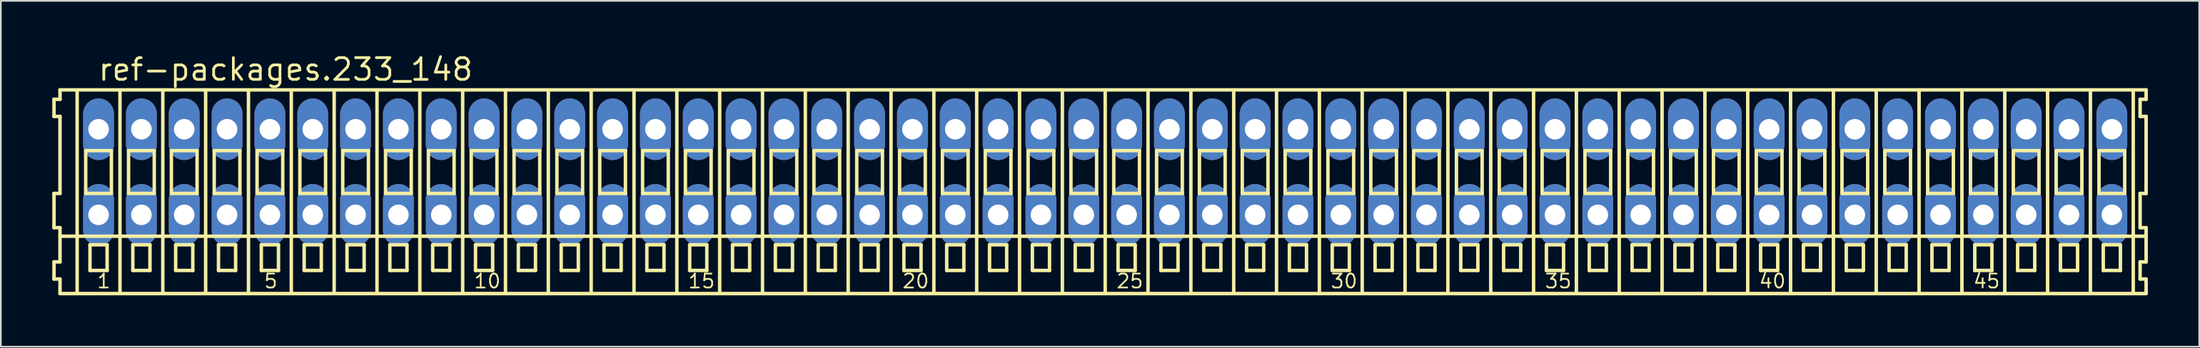
<source format=kicad_pcb>
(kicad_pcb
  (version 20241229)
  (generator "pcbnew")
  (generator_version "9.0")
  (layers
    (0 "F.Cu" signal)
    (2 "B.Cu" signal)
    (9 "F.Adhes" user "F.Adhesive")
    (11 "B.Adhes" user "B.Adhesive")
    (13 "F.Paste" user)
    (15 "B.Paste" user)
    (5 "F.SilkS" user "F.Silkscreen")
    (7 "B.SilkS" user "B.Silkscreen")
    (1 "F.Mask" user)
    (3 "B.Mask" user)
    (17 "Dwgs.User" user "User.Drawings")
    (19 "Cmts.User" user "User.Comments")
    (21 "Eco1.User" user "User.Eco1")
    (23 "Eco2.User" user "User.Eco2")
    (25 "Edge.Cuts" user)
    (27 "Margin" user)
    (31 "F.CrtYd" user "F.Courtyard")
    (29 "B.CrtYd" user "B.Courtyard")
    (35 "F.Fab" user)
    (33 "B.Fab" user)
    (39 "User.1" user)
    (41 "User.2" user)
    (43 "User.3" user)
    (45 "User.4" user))
  (footprint "ref-packages.233_148"
    (layer "F.Cu")
    (at 61.452 7)
    (property "Reference" "ref-packages.233_148" (at -58.85 -5.25 0) (layer "F.SilkS") (effects (font (size 1.27 1.27) (thickness 0.16)) (justify left bottom)))
    (attr through_hole)
    (fp_line (start -61.35 -4.25) (end -61.35 -3.25) (stroke (width 0.203) (type default)) (layer "F.SilkS"))
    (fp_line (start -61.35 -3.25) (end -61 -3.25) (stroke (width 0.203) (type default)) (layer "F.SilkS"))
    (fp_line (start -61.35 1.25) (end -61.35 3.25) (stroke (width 0.203) (type default)) (layer "F.SilkS"))
    (fp_line (start -61.35 3.25) (end -61 3.25) (stroke (width 0.203) (type default)) (layer "F.SilkS"))
    (fp_line (start -61.35 5.25) (end -61.35 6.25) (stroke (width 0.203) (type default)) (layer "F.SilkS"))
    (fp_line (start -61.35 6.25) (end -61 6.25) (stroke (width 0.203) (type default)) (layer "F.SilkS"))
    (fp_line (start -61 -4.8) (end -61 -4.25) (stroke (width 0.203) (type default)) (layer "F.SilkS"))
    (fp_line (start -61 -4.25) (end -61.35 -4.25) (stroke (width 0.203) (type default)) (layer "F.SilkS"))
    (fp_line (start -61 -3.25) (end -61 1.25) (stroke (width 0.203) (type default)) (layer "F.SilkS"))
    (fp_line (start -61 1.25) (end -61.35 1.25) (stroke (width 0.203) (type default)) (layer "F.SilkS"))
    (fp_line (start -61 3.25) (end -61 5.25) (stroke (width 0.203) (type default)) (layer "F.SilkS"))
    (fp_line (start -61 3.75) (end 60.75 3.75) (stroke (width 0.203) (type default)) (layer "F.SilkS"))
    (fp_line (start -61 5.25) (end -61.35 5.25) (stroke (width 0.203) (type default)) (layer "F.SilkS"))
    (fp_line (start -61 6.25) (end -61 7.1) (stroke (width 0.203) (type default)) (layer "F.SilkS"))
    (fp_line (start -61 7.1) (end 60.75 7.1) (stroke (width 0.203) (type default)) (layer "F.SilkS"))
    (fp_line (start -60 -4.75) (end -60 7) (stroke (width 0.203) (type default)) (layer "F.SilkS"))
    (fp_line (start -59.5 -1.25) (end -59.5 1.25) (stroke (width 0.203) (type default)) (layer "F.SilkS"))
    (fp_line (start -59.5 1.25) (end -58 1.25) (stroke (width 0.203) (type default)) (layer "F.SilkS"))
    (fp_line (start -59.25 4.25) (end -59.25 5.75) (stroke (width 0.203) (type default)) (layer "F.SilkS"))
    (fp_line (start -59.25 5.75) (end -58.25 5.75) (stroke (width 0.203) (type default)) (layer "F.SilkS"))
    (fp_line (start -58.25 4.25) (end -59.25 4.25) (stroke (width 0.203) (type default)) (layer "F.SilkS"))
    (fp_line (start -58.25 5.75) (end -58.25 4.25) (stroke (width 0.203) (type default)) (layer "F.SilkS"))
    (fp_line (start -58 -1.25) (end -59.5 -1.25) (stroke (width 0.203) (type default)) (layer "F.SilkS"))
    (fp_line (start -58 1.25) (end -58 -1.25) (stroke (width 0.203) (type default)) (layer "F.SilkS"))
    (fp_line (start -57.5 -4.75) (end -57.5 7) (stroke (width 0.203) (type default)) (layer "F.SilkS"))
    (fp_line (start -57 -1.25) (end -57 1.25) (stroke (width 0.203) (type default)) (layer "F.SilkS"))
    (fp_line (start -57 1.25) (end -55.5 1.25) (stroke (width 0.203) (type default)) (layer "F.SilkS"))
    (fp_line (start -56.75 4.25) (end -56.75 5.75) (stroke (width 0.203) (type default)) (layer "F.SilkS"))
    (fp_line (start -56.75 5.75) (end -55.75 5.75) (stroke (width 0.203) (type default)) (layer "F.SilkS"))
    (fp_line (start -55.75 4.25) (end -56.75 4.25) (stroke (width 0.203) (type default)) (layer "F.SilkS"))
    (fp_line (start -55.75 5.75) (end -55.75 4.25) (stroke (width 0.203) (type default)) (layer "F.SilkS"))
    (fp_line (start -55.5 -1.25) (end -57 -1.25) (stroke (width 0.203) (type default)) (layer "F.SilkS"))
    (fp_line (start -55.5 1.25) (end -55.5 -1.25) (stroke (width 0.203) (type default)) (layer "F.SilkS"))
    (fp_line (start -55 -4.75) (end -55 7) (stroke (width 0.203) (type default)) (layer "F.SilkS"))
    (fp_line (start -54.5 -1.25) (end -54.5 1.25) (stroke (width 0.203) (type default)) (layer "F.SilkS"))
    (fp_line (start -54.5 1.25) (end -53 1.25) (stroke (width 0.203) (type default)) (layer "F.SilkS"))
    (fp_line (start -54.25 4.25) (end -54.25 5.75) (stroke (width 0.203) (type default)) (layer "F.SilkS"))
    (fp_line (start -54.25 5.75) (end -53.25 5.75) (stroke (width 0.203) (type default)) (layer "F.SilkS"))
    (fp_line (start -53.25 4.25) (end -54.25 4.25) (stroke (width 0.203) (type default)) (layer "F.SilkS"))
    (fp_line (start -53.25 5.75) (end -53.25 4.25) (stroke (width 0.203) (type default)) (layer "F.SilkS"))
    (fp_line (start -53 -1.25) (end -54.5 -1.25) (stroke (width 0.203) (type default)) (layer "F.SilkS"))
    (fp_line (start -53 1.25) (end -53 -1.25) (stroke (width 0.203) (type default)) (layer "F.SilkS"))
    (fp_line (start -52.5 -4.75) (end -52.5 7) (stroke (width 0.203) (type default)) (layer "F.SilkS"))
    (fp_line (start -52 -1.25) (end -52 1.25) (stroke (width 0.203) (type default)) (layer "F.SilkS"))
    (fp_line (start -52 1.25) (end -50.5 1.25) (stroke (width 0.203) (type default)) (layer "F.SilkS"))
    (fp_line (start -51.75 4.25) (end -51.75 5.75) (stroke (width 0.203) (type default)) (layer "F.SilkS"))
    (fp_line (start -51.75 5.75) (end -50.75 5.75) (stroke (width 0.203) (type default)) (layer "F.SilkS"))
    (fp_line (start -50.75 4.25) (end -51.75 4.25) (stroke (width 0.203) (type default)) (layer "F.SilkS"))
    (fp_line (start -50.75 5.75) (end -50.75 4.25) (stroke (width 0.203) (type default)) (layer "F.SilkS"))
    (fp_line (start -50.5 -1.25) (end -52 -1.25) (stroke (width 0.203) (type default)) (layer "F.SilkS"))
    (fp_line (start -50.5 1.25) (end -50.5 -1.25) (stroke (width 0.203) (type default)) (layer "F.SilkS"))
    (fp_line (start -50 -4.75) (end -50 7) (stroke (width 0.203) (type default)) (layer "F.SilkS"))
    (fp_line (start -49.5 -1.25) (end -49.5 1.25) (stroke (width 0.203) (type default)) (layer "F.SilkS"))
    (fp_line (start -49.5 1.25) (end -48 1.25) (stroke (width 0.203) (type default)) (layer "F.SilkS"))
    (fp_line (start -49.25 4.25) (end -49.25 5.75) (stroke (width 0.203) (type default)) (layer "F.SilkS"))
    (fp_line (start -49.25 5.75) (end -48.25 5.75) (stroke (width 0.203) (type default)) (layer "F.SilkS"))
    (fp_line (start -48.25 4.25) (end -49.25 4.25) (stroke (width 0.203) (type default)) (layer "F.SilkS"))
    (fp_line (start -48.25 5.75) (end -48.25 4.25) (stroke (width 0.203) (type default)) (layer "F.SilkS"))
    (fp_line (start -48 -1.25) (end -49.5 -1.25) (stroke (width 0.203) (type default)) (layer "F.SilkS"))
    (fp_line (start -48 1.25) (end -48 -1.25) (stroke (width 0.203) (type default)) (layer "F.SilkS"))
    (fp_line (start -47.5 -4.75) (end -47.5 7) (stroke (width 0.203) (type default)) (layer "F.SilkS"))
    (fp_line (start -47 -1.25) (end -47 1.25) (stroke (width 0.203) (type default)) (layer "F.SilkS"))
    (fp_line (start -47 1.25) (end -45.5 1.25) (stroke (width 0.203) (type default)) (layer "F.SilkS"))
    (fp_line (start -46.75 4.25) (end -46.75 5.75) (stroke (width 0.203) (type default)) (layer "F.SilkS"))
    (fp_line (start -46.75 5.75) (end -45.75 5.75) (stroke (width 0.203) (type default)) (layer "F.SilkS"))
    (fp_line (start -45.75 4.25) (end -46.75 4.25) (stroke (width 0.203) (type default)) (layer "F.SilkS"))
    (fp_line (start -45.75 5.75) (end -45.75 4.25) (stroke (width 0.203) (type default)) (layer "F.SilkS"))
    (fp_line (start -45.5 -1.25) (end -47 -1.25) (stroke (width 0.203) (type default)) (layer "F.SilkS"))
    (fp_line (start -45.5 1.25) (end -45.5 -1.25) (stroke (width 0.203) (type default)) (layer "F.SilkS"))
    (fp_line (start -45 -4.75) (end -45 7) (stroke (width 0.203) (type default)) (layer "F.SilkS"))
    (fp_line (start -44.5 -1.25) (end -44.5 1.25) (stroke (width 0.203) (type default)) (layer "F.SilkS"))
    (fp_line (start -44.5 1.25) (end -43 1.25) (stroke (width 0.203) (type default)) (layer "F.SilkS"))
    (fp_line (start -44.25 4.25) (end -44.25 5.75) (stroke (width 0.203) (type default)) (layer "F.SilkS"))
    (fp_line (start -44.25 5.75) (end -43.25 5.75) (stroke (width 0.203) (type default)) (layer "F.SilkS"))
    (fp_line (start -43.25 4.25) (end -44.25 4.25) (stroke (width 0.203) (type default)) (layer "F.SilkS"))
    (fp_line (start -43.25 5.75) (end -43.25 4.25) (stroke (width 0.203) (type default)) (layer "F.SilkS"))
    (fp_line (start -43 -1.25) (end -44.5 -1.25) (stroke (width 0.203) (type default)) (layer "F.SilkS"))
    (fp_line (start -43 1.25) (end -43 -1.25) (stroke (width 0.203) (type default)) (layer "F.SilkS"))
    (fp_line (start -42.5 -4.75) (end -42.5 7) (stroke (width 0.203) (type default)) (layer "F.SilkS"))
    (fp_line (start -42 -1.25) (end -42 1.25) (stroke (width 0.203) (type default)) (layer "F.SilkS"))
    (fp_line (start -42 1.25) (end -40.5 1.25) (stroke (width 0.203) (type default)) (layer "F.SilkS"))
    (fp_line (start -41.75 4.25) (end -41.75 5.75) (stroke (width 0.203) (type default)) (layer "F.SilkS"))
    (fp_line (start -41.75 5.75) (end -40.75 5.75) (stroke (width 0.203) (type default)) (layer "F.SilkS"))
    (fp_line (start -40.75 4.25) (end -41.75 4.25) (stroke (width 0.203) (type default)) (layer "F.SilkS"))
    (fp_line (start -40.75 5.75) (end -40.75 4.25) (stroke (width 0.203) (type default)) (layer "F.SilkS"))
    (fp_line (start -40.5 -1.25) (end -42 -1.25) (stroke (width 0.203) (type default)) (layer "F.SilkS"))
    (fp_line (start -40.5 1.25) (end -40.5 -1.25) (stroke (width 0.203) (type default)) (layer "F.SilkS"))
    (fp_line (start -40 -4.75) (end -40 7) (stroke (width 0.203) (type default)) (layer "F.SilkS"))
    (fp_line (start -39.5 -1.25) (end -39.5 1.25) (stroke (width 0.203) (type default)) (layer "F.SilkS"))
    (fp_line (start -39.5 1.25) (end -38 1.25) (stroke (width 0.203) (type default)) (layer "F.SilkS"))
    (fp_line (start -39.25 4.25) (end -39.25 5.75) (stroke (width 0.203) (type default)) (layer "F.SilkS"))
    (fp_line (start -39.25 5.75) (end -38.25 5.75) (stroke (width 0.203) (type default)) (layer "F.SilkS"))
    (fp_line (start -38.25 4.25) (end -39.25 4.25) (stroke (width 0.203) (type default)) (layer "F.SilkS"))
    (fp_line (start -38.25 5.75) (end -38.25 4.25) (stroke (width 0.203) (type default)) (layer "F.SilkS"))
    (fp_line (start -38 -1.25) (end -39.5 -1.25) (stroke (width 0.203) (type default)) (layer "F.SilkS"))
    (fp_line (start -38 1.25) (end -38 -1.25) (stroke (width 0.203) (type default)) (layer "F.SilkS"))
    (fp_line (start -37.5 -4.75) (end -37.5 7) (stroke (width 0.203) (type default)) (layer "F.SilkS"))
    (fp_line (start -37 -1.25) (end -37 1.25) (stroke (width 0.203) (type default)) (layer "F.SilkS"))
    (fp_line (start -37 1.25) (end -35.5 1.25) (stroke (width 0.203) (type default)) (layer "F.SilkS"))
    (fp_line (start -36.75 4.25) (end -36.75 5.75) (stroke (width 0.203) (type default)) (layer "F.SilkS"))
    (fp_line (start -36.75 5.75) (end -35.75 5.75) (stroke (width 0.203) (type default)) (layer "F.SilkS"))
    (fp_line (start -35.75 4.25) (end -36.75 4.25) (stroke (width 0.203) (type default)) (layer "F.SilkS"))
    (fp_line (start -35.75 5.75) (end -35.75 4.25) (stroke (width 0.203) (type default)) (layer "F.SilkS"))
    (fp_line (start -35.5 -1.25) (end -37 -1.25) (stroke (width 0.203) (type default)) (layer "F.SilkS"))
    (fp_line (start -35.5 1.25) (end -35.5 -1.25) (stroke (width 0.203) (type default)) (layer "F.SilkS"))
    (fp_line (start -35 -4.75) (end -35 7) (stroke (width 0.203) (type default)) (layer "F.SilkS"))
    (fp_line (start -34.5 -1.25) (end -34.5 1.25) (stroke (width 0.203) (type default)) (layer "F.SilkS"))
    (fp_line (start -34.5 1.25) (end -33 1.25) (stroke (width 0.203) (type default)) (layer "F.SilkS"))
    (fp_line (start -34.25 4.25) (end -34.25 5.75) (stroke (width 0.203) (type default)) (layer "F.SilkS"))
    (fp_line (start -34.25 5.75) (end -33.25 5.75) (stroke (width 0.203) (type default)) (layer "F.SilkS"))
    (fp_line (start -33.25 4.25) (end -34.25 4.25) (stroke (width 0.203) (type default)) (layer "F.SilkS"))
    (fp_line (start -33.25 5.75) (end -33.25 4.25) (stroke (width 0.203) (type default)) (layer "F.SilkS"))
    (fp_line (start -33 -1.25) (end -34.5 -1.25) (stroke (width 0.203) (type default)) (layer "F.SilkS"))
    (fp_line (start -33 1.25) (end -33 -1.25) (stroke (width 0.203) (type default)) (layer "F.SilkS"))
    (fp_line (start -32.5 -4.75) (end -32.5 7) (stroke (width 0.203) (type default)) (layer "F.SilkS"))
    (fp_line (start -32 -1.25) (end -32 1.25) (stroke (width 0.203) (type default)) (layer "F.SilkS"))
    (fp_line (start -32 1.25) (end -30.5 1.25) (stroke (width 0.203) (type default)) (layer "F.SilkS"))
    (fp_line (start -31.75 4.25) (end -31.75 5.75) (stroke (width 0.203) (type default)) (layer "F.SilkS"))
    (fp_line (start -31.75 5.75) (end -30.75 5.75) (stroke (width 0.203) (type default)) (layer "F.SilkS"))
    (fp_line (start -30.75 4.25) (end -31.75 4.25) (stroke (width 0.203) (type default)) (layer "F.SilkS"))
    (fp_line (start -30.75 5.75) (end -30.75 4.25) (stroke (width 0.203) (type default)) (layer "F.SilkS"))
    (fp_line (start -30.5 -1.25) (end -32 -1.25) (stroke (width 0.203) (type default)) (layer "F.SilkS"))
    (fp_line (start -30.5 1.25) (end -30.5 -1.25) (stroke (width 0.203) (type default)) (layer "F.SilkS"))
    (fp_line (start -30 -4.75) (end -30 7) (stroke (width 0.203) (type default)) (layer "F.SilkS"))
    (fp_line (start -29.5 -1.25) (end -29.5 1.25) (stroke (width 0.203) (type default)) (layer "F.SilkS"))
    (fp_line (start -29.5 1.25) (end -28 1.25) (stroke (width 0.203) (type default)) (layer "F.SilkS"))
    (fp_line (start -29.25 4.25) (end -29.25 5.75) (stroke (width 0.203) (type default)) (layer "F.SilkS"))
    (fp_line (start -29.25 5.75) (end -28.25 5.75) (stroke (width 0.203) (type default)) (layer "F.SilkS"))
    (fp_line (start -28.25 4.25) (end -29.25 4.25) (stroke (width 0.203) (type default)) (layer "F.SilkS"))
    (fp_line (start -28.25 5.75) (end -28.25 4.25) (stroke (width 0.203) (type default)) (layer "F.SilkS"))
    (fp_line (start -28 -1.25) (end -29.5 -1.25) (stroke (width 0.203) (type default)) (layer "F.SilkS"))
    (fp_line (start -28 1.25) (end -28 -1.25) (stroke (width 0.203) (type default)) (layer "F.SilkS"))
    (fp_line (start -27.5 -4.75) (end -27.5 7) (stroke (width 0.203) (type default)) (layer "F.SilkS"))
    (fp_line (start -27 -1.25) (end -27 1.25) (stroke (width 0.203) (type default)) (layer "F.SilkS"))
    (fp_line (start -27 1.25) (end -25.5 1.25) (stroke (width 0.203) (type default)) (layer "F.SilkS"))
    (fp_line (start -26.75 4.25) (end -26.75 5.75) (stroke (width 0.203) (type default)) (layer "F.SilkS"))
    (fp_line (start -26.75 5.75) (end -25.75 5.75) (stroke (width 0.203) (type default)) (layer "F.SilkS"))
    (fp_line (start -25.75 4.25) (end -26.75 4.25) (stroke (width 0.203) (type default)) (layer "F.SilkS"))
    (fp_line (start -25.75 5.75) (end -25.75 4.25) (stroke (width 0.203) (type default)) (layer "F.SilkS"))
    (fp_line (start -25.5 -1.25) (end -27 -1.25) (stroke (width 0.203) (type default)) (layer "F.SilkS"))
    (fp_line (start -25.5 1.25) (end -25.5 -1.25) (stroke (width 0.203) (type default)) (layer "F.SilkS"))
    (fp_line (start -25 -4.75) (end -25 7) (stroke (width 0.203) (type default)) (layer "F.SilkS"))
    (fp_line (start -24.5 -1.25) (end -24.5 1.25) (stroke (width 0.203) (type default)) (layer "F.SilkS"))
    (fp_line (start -24.5 1.25) (end -23 1.25) (stroke (width 0.203) (type default)) (layer "F.SilkS"))
    (fp_line (start -24.25 4.25) (end -24.25 5.75) (stroke (width 0.203) (type default)) (layer "F.SilkS"))
    (fp_line (start -24.25 5.75) (end -23.25 5.75) (stroke (width 0.203) (type default)) (layer "F.SilkS"))
    (fp_line (start -23.25 4.25) (end -24.25 4.25) (stroke (width 0.203) (type default)) (layer "F.SilkS"))
    (fp_line (start -23.25 5.75) (end -23.25 4.25) (stroke (width 0.203) (type default)) (layer "F.SilkS"))
    (fp_line (start -23 -1.25) (end -24.5 -1.25) (stroke (width 0.203) (type default)) (layer "F.SilkS"))
    (fp_line (start -23 1.25) (end -23 -1.25) (stroke (width 0.203) (type default)) (layer "F.SilkS"))
    (fp_line (start -22.5 -4.75) (end -22.5 7) (stroke (width 0.203) (type default)) (layer "F.SilkS"))
    (fp_line (start -22 -1.25) (end -22 1.25) (stroke (width 0.203) (type default)) (layer "F.SilkS"))
    (fp_line (start -22 1.25) (end -20.5 1.25) (stroke (width 0.203) (type default)) (layer "F.SilkS"))
    (fp_line (start -21.75 4.25) (end -21.75 5.75) (stroke (width 0.203) (type default)) (layer "F.SilkS"))
    (fp_line (start -21.75 5.75) (end -20.75 5.75) (stroke (width 0.203) (type default)) (layer "F.SilkS"))
    (fp_line (start -20.75 4.25) (end -21.75 4.25) (stroke (width 0.203) (type default)) (layer "F.SilkS"))
    (fp_line (start -20.75 5.75) (end -20.75 4.25) (stroke (width 0.203) (type default)) (layer "F.SilkS"))
    (fp_line (start -20.5 -1.25) (end -22 -1.25) (stroke (width 0.203) (type default)) (layer "F.SilkS"))
    (fp_line (start -20.5 1.25) (end -20.5 -1.25) (stroke (width 0.203) (type default)) (layer "F.SilkS"))
    (fp_line (start -20 -4.75) (end -20 7) (stroke (width 0.203) (type default)) (layer "F.SilkS"))
    (fp_line (start -19.5 -1.25) (end -19.5 1.25) (stroke (width 0.203) (type default)) (layer "F.SilkS"))
    (fp_line (start -19.5 1.25) (end -18 1.25) (stroke (width 0.203) (type default)) (layer "F.SilkS"))
    (fp_line (start -19.25 4.25) (end -19.25 5.75) (stroke (width 0.203) (type default)) (layer "F.SilkS"))
    (fp_line (start -19.25 5.75) (end -18.25 5.75) (stroke (width 0.203) (type default)) (layer "F.SilkS"))
    (fp_line (start -18.25 4.25) (end -19.25 4.25) (stroke (width 0.203) (type default)) (layer "F.SilkS"))
    (fp_line (start -18.25 5.75) (end -18.25 4.25) (stroke (width 0.203) (type default)) (layer "F.SilkS"))
    (fp_line (start -18 -1.25) (end -19.5 -1.25) (stroke (width 0.203) (type default)) (layer "F.SilkS"))
    (fp_line (start -18 1.25) (end -18 -1.25) (stroke (width 0.203) (type default)) (layer "F.SilkS"))
    (fp_line (start -17.5 -4.75) (end -17.5 7) (stroke (width 0.203) (type default)) (layer "F.SilkS"))
    (fp_line (start -17 -1.25) (end -17 1.25) (stroke (width 0.203) (type default)) (layer "F.SilkS"))
    (fp_line (start -17 1.25) (end -15.5 1.25) (stroke (width 0.203) (type default)) (layer "F.SilkS"))
    (fp_line (start -16.75 4.25) (end -16.75 5.75) (stroke (width 0.203) (type default)) (layer "F.SilkS"))
    (fp_line (start -16.75 5.75) (end -15.75 5.75) (stroke (width 0.203) (type default)) (layer "F.SilkS"))
    (fp_line (start -15.75 4.25) (end -16.75 4.25) (stroke (width 0.203) (type default)) (layer "F.SilkS"))
    (fp_line (start -15.75 5.75) (end -15.75 4.25) (stroke (width 0.203) (type default)) (layer "F.SilkS"))
    (fp_line (start -15.5 -1.25) (end -17 -1.25) (stroke (width 0.203) (type default)) (layer "F.SilkS"))
    (fp_line (start -15.5 1.25) (end -15.5 -1.25) (stroke (width 0.203) (type default)) (layer "F.SilkS"))
    (fp_line (start -15 -4.75) (end -15 7) (stroke (width 0.203) (type default)) (layer "F.SilkS"))
    (fp_line (start -14.5 -1.25) (end -14.5 1.25) (stroke (width 0.203) (type default)) (layer "F.SilkS"))
    (fp_line (start -14.5 1.25) (end -13 1.25) (stroke (width 0.203) (type default)) (layer "F.SilkS"))
    (fp_line (start -14.25 4.25) (end -14.25 5.75) (stroke (width 0.203) (type default)) (layer "F.SilkS"))
    (fp_line (start -14.25 5.75) (end -13.25 5.75) (stroke (width 0.203) (type default)) (layer "F.SilkS"))
    (fp_line (start -13.25 4.25) (end -14.25 4.25) (stroke (width 0.203) (type default)) (layer "F.SilkS"))
    (fp_line (start -13.25 5.75) (end -13.25 4.25) (stroke (width 0.203) (type default)) (layer "F.SilkS"))
    (fp_line (start -13 -1.25) (end -14.5 -1.25) (stroke (width 0.203) (type default)) (layer "F.SilkS"))
    (fp_line (start -13 1.25) (end -13 -1.25) (stroke (width 0.203) (type default)) (layer "F.SilkS"))
    (fp_line (start -12.5 -4.75) (end -12.5 7) (stroke (width 0.203) (type default)) (layer "F.SilkS"))
    (fp_line (start -12 -1.25) (end -12 1.25) (stroke (width 0.203) (type default)) (layer "F.SilkS"))
    (fp_line (start -12 1.25) (end -10.5 1.25) (stroke (width 0.203) (type default)) (layer "F.SilkS"))
    (fp_line (start -11.75 4.25) (end -11.75 5.75) (stroke (width 0.203) (type default)) (layer "F.SilkS"))
    (fp_line (start -11.75 5.75) (end -10.75 5.75) (stroke (width 0.203) (type default)) (layer "F.SilkS"))
    (fp_line (start -10.75 4.25) (end -11.75 4.25) (stroke (width 0.203) (type default)) (layer "F.SilkS"))
    (fp_line (start -10.75 5.75) (end -10.75 4.25) (stroke (width 0.203) (type default)) (layer "F.SilkS"))
    (fp_line (start -10.5 -1.25) (end -12 -1.25) (stroke (width 0.203) (type default)) (layer "F.SilkS"))
    (fp_line (start -10.5 1.25) (end -10.5 -1.25) (stroke (width 0.203) (type default)) (layer "F.SilkS"))
    (fp_line (start -10 -4.75) (end -10 7) (stroke (width 0.203) (type default)) (layer "F.SilkS"))
    (fp_line (start -9.5 -1.25) (end -9.5 1.25) (stroke (width 0.203) (type default)) (layer "F.SilkS"))
    (fp_line (start -9.5 1.25) (end -8 1.25) (stroke (width 0.203) (type default)) (layer "F.SilkS"))
    (fp_line (start -9.25 4.25) (end -9.25 5.75) (stroke (width 0.203) (type default)) (layer "F.SilkS"))
    (fp_line (start -9.25 5.75) (end -8.25 5.75) (stroke (width 0.203) (type default)) (layer "F.SilkS"))
    (fp_line (start -8.25 4.25) (end -9.25 4.25) (stroke (width 0.203) (type default)) (layer "F.SilkS"))
    (fp_line (start -8.25 5.75) (end -8.25 4.25) (stroke (width 0.203) (type default)) (layer "F.SilkS"))
    (fp_line (start -8 -1.25) (end -9.5 -1.25) (stroke (width 0.203) (type default)) (layer "F.SilkS"))
    (fp_line (start -8 1.25) (end -8 -1.25) (stroke (width 0.203) (type default)) (layer "F.SilkS"))
    (fp_line (start -7.5 -4.75) (end -7.5 7) (stroke (width 0.203) (type default)) (layer "F.SilkS"))
    (fp_line (start -7 -1.25) (end -7 1.25) (stroke (width 0.203) (type default)) (layer "F.SilkS"))
    (fp_line (start -7 1.25) (end -5.5 1.25) (stroke (width 0.203) (type default)) (layer "F.SilkS"))
    (fp_line (start -6.75 4.25) (end -6.75 5.75) (stroke (width 0.203) (type default)) (layer "F.SilkS"))
    (fp_line (start -6.75 5.75) (end -5.75 5.75) (stroke (width 0.203) (type default)) (layer "F.SilkS"))
    (fp_line (start -5.75 4.25) (end -6.75 4.25) (stroke (width 0.203) (type default)) (layer "F.SilkS"))
    (fp_line (start -5.75 5.75) (end -5.75 4.25) (stroke (width 0.203) (type default)) (layer "F.SilkS"))
    (fp_line (start -5.5 -1.25) (end -7 -1.25) (stroke (width 0.203) (type default)) (layer "F.SilkS"))
    (fp_line (start -5.5 1.25) (end -5.5 -1.25) (stroke (width 0.203) (type default)) (layer "F.SilkS"))
    (fp_line (start -5 -4.75) (end -5 7) (stroke (width 0.203) (type default)) (layer "F.SilkS"))
    (fp_line (start -4.5 -1.25) (end -4.5 1.25) (stroke (width 0.203) (type default)) (layer "F.SilkS"))
    (fp_line (start -4.5 1.25) (end -3 1.25) (stroke (width 0.203) (type default)) (layer "F.SilkS"))
    (fp_line (start -4.25 4.25) (end -4.25 5.75) (stroke (width 0.203) (type default)) (layer "F.SilkS"))
    (fp_line (start -4.25 5.75) (end -3.25 5.75) (stroke (width 0.203) (type default)) (layer "F.SilkS"))
    (fp_line (start -3.25 4.25) (end -4.25 4.25) (stroke (width 0.203) (type default)) (layer "F.SilkS"))
    (fp_line (start -3.25 5.75) (end -3.25 4.25) (stroke (width 0.203) (type default)) (layer "F.SilkS"))
    (fp_line (start -3 -1.25) (end -4.5 -1.25) (stroke (width 0.203) (type default)) (layer "F.SilkS"))
    (fp_line (start -3 1.25) (end -3 -1.25) (stroke (width 0.203) (type default)) (layer "F.SilkS"))
    (fp_line (start -2.5 -4.75) (end -2.5 7) (stroke (width 0.203) (type default)) (layer "F.SilkS"))
    (fp_line (start -2 -1.25) (end -2 1.25) (stroke (width 0.203) (type default)) (layer "F.SilkS"))
    (fp_line (start -2 1.25) (end -0.5 1.25) (stroke (width 0.203) (type default)) (layer "F.SilkS"))
    (fp_line (start -1.75 4.25) (end -1.75 5.75) (stroke (width 0.203) (type default)) (layer "F.SilkS"))
    (fp_line (start -1.75 5.75) (end -0.75 5.75) (stroke (width 0.203) (type default)) (layer "F.SilkS"))
    (fp_line (start -0.75 4.25) (end -1.75 4.25) (stroke (width 0.203) (type default)) (layer "F.SilkS"))
    (fp_line (start -0.75 5.75) (end -0.75 4.25) (stroke (width 0.203) (type default)) (layer "F.SilkS"))
    (fp_line (start -0.5 -1.25) (end -2 -1.25) (stroke (width 0.203) (type default)) (layer "F.SilkS"))
    (fp_line (start -0.5 1.25) (end -0.5 -1.25) (stroke (width 0.203) (type default)) (layer "F.SilkS"))
    (fp_line (start 0 -4.75) (end 0 7) (stroke (width 0.203) (type default)) (layer "F.SilkS"))
    (fp_line (start 0.5 -1.25) (end 0.5 1.25) (stroke (width 0.203) (type default)) (layer "F.SilkS"))
    (fp_line (start 0.5 1.25) (end 2 1.25) (stroke (width 0.203) (type default)) (layer "F.SilkS"))
    (fp_line (start 0.75 4.25) (end 0.75 5.75) (stroke (width 0.203) (type default)) (layer "F.SilkS"))
    (fp_line (start 0.75 5.75) (end 1.75 5.75) (stroke (width 0.203) (type default)) (layer "F.SilkS"))
    (fp_line (start 1.75 4.25) (end 0.75 4.25) (stroke (width 0.203) (type default)) (layer "F.SilkS"))
    (fp_line (start 1.75 5.75) (end 1.75 4.25) (stroke (width 0.203) (type default)) (layer "F.SilkS"))
    (fp_line (start 2 -1.25) (end 0.5 -1.25) (stroke (width 0.203) (type default)) (layer "F.SilkS"))
    (fp_line (start 2 1.25) (end 2 -1.25) (stroke (width 0.203) (type default)) (layer "F.SilkS"))
    (fp_line (start 2.5 -4.75) (end 2.5 7) (stroke (width 0.203) (type default)) (layer "F.SilkS"))
    (fp_line (start 3 -1.25) (end 3 1.25) (stroke (width 0.203) (type default)) (layer "F.SilkS"))
    (fp_line (start 3 1.25) (end 4.5 1.25) (stroke (width 0.203) (type default)) (layer "F.SilkS"))
    (fp_line (start 3.25 4.25) (end 3.25 5.75) (stroke (width 0.203) (type default)) (layer "F.SilkS"))
    (fp_line (start 3.25 5.75) (end 4.25 5.75) (stroke (width 0.203) (type default)) (layer "F.SilkS"))
    (fp_line (start 4.25 4.25) (end 3.25 4.25) (stroke (width 0.203) (type default)) (layer "F.SilkS"))
    (fp_line (start 4.25 5.75) (end 4.25 4.25) (stroke (width 0.203) (type default)) (layer "F.SilkS"))
    (fp_line (start 4.5 -1.25) (end 3 -1.25) (stroke (width 0.203) (type default)) (layer "F.SilkS"))
    (fp_line (start 4.5 1.25) (end 4.5 -1.25) (stroke (width 0.203) (type default)) (layer "F.SilkS"))
    (fp_line (start 5 -4.75) (end 5 7) (stroke (width 0.203) (type default)) (layer "F.SilkS"))
    (fp_line (start 5.5 -1.25) (end 5.5 1.25) (stroke (width 0.203) (type default)) (layer "F.SilkS"))
    (fp_line (start 5.5 1.25) (end 7 1.25) (stroke (width 0.203) (type default)) (layer "F.SilkS"))
    (fp_line (start 5.75 4.25) (end 5.75 5.75) (stroke (width 0.203) (type default)) (layer "F.SilkS"))
    (fp_line (start 5.75 5.75) (end 6.75 5.75) (stroke (width 0.203) (type default)) (layer "F.SilkS"))
    (fp_line (start 6.75 4.25) (end 5.75 4.25) (stroke (width 0.203) (type default)) (layer "F.SilkS"))
    (fp_line (start 6.75 5.75) (end 6.75 4.25) (stroke (width 0.203) (type default)) (layer "F.SilkS"))
    (fp_line (start 7 -1.25) (end 5.5 -1.25) (stroke (width 0.203) (type default)) (layer "F.SilkS"))
    (fp_line (start 7 1.25) (end 7 -1.25) (stroke (width 0.203) (type default)) (layer "F.SilkS"))
    (fp_line (start 7.5 -4.75) (end 7.5 7) (stroke (width 0.203) (type default)) (layer "F.SilkS"))
    (fp_line (start 8 -1.25) (end 8 1.25) (stroke (width 0.203) (type default)) (layer "F.SilkS"))
    (fp_line (start 8 1.25) (end 9.5 1.25) (stroke (width 0.203) (type default)) (layer "F.SilkS"))
    (fp_line (start 8.25 4.25) (end 8.25 5.75) (stroke (width 0.203) (type default)) (layer "F.SilkS"))
    (fp_line (start 8.25 5.75) (end 9.25 5.75) (stroke (width 0.203) (type default)) (layer "F.SilkS"))
    (fp_line (start 9.25 4.25) (end 8.25 4.25) (stroke (width 0.203) (type default)) (layer "F.SilkS"))
    (fp_line (start 9.25 5.75) (end 9.25 4.25) (stroke (width 0.203) (type default)) (layer "F.SilkS"))
    (fp_line (start 9.5 -1.25) (end 8 -1.25) (stroke (width 0.203) (type default)) (layer "F.SilkS"))
    (fp_line (start 9.5 1.25) (end 9.5 -1.25) (stroke (width 0.203) (type default)) (layer "F.SilkS"))
    (fp_line (start 10 -4.75) (end 10 7) (stroke (width 0.203) (type default)) (layer "F.SilkS"))
    (fp_line (start 10.5 -1.25) (end 10.5 1.25) (stroke (width 0.203) (type default)) (layer "F.SilkS"))
    (fp_line (start 10.5 1.25) (end 12 1.25) (stroke (width 0.203) (type default)) (layer "F.SilkS"))
    (fp_line (start 10.75 4.25) (end 10.75 5.75) (stroke (width 0.203) (type default)) (layer "F.SilkS"))
    (fp_line (start 10.75 5.75) (end 11.75 5.75) (stroke (width 0.203) (type default)) (layer "F.SilkS"))
    (fp_line (start 11.75 4.25) (end 10.75 4.25) (stroke (width 0.203) (type default)) (layer "F.SilkS"))
    (fp_line (start 11.75 5.75) (end 11.75 4.25) (stroke (width 0.203) (type default)) (layer "F.SilkS"))
    (fp_line (start 12 -1.25) (end 10.5 -1.25) (stroke (width 0.203) (type default)) (layer "F.SilkS"))
    (fp_line (start 12 1.25) (end 12 -1.25) (stroke (width 0.203) (type default)) (layer "F.SilkS"))
    (fp_line (start 12.5 -4.75) (end 12.5 7) (stroke (width 0.203) (type default)) (layer "F.SilkS"))
    (fp_line (start 13 -1.25) (end 13 1.25) (stroke (width 0.203) (type default)) (layer "F.SilkS"))
    (fp_line (start 13 1.25) (end 14.5 1.25) (stroke (width 0.203) (type default)) (layer "F.SilkS"))
    (fp_line (start 13.25 4.25) (end 13.25 5.75) (stroke (width 0.203) (type default)) (layer "F.SilkS"))
    (fp_line (start 13.25 5.75) (end 14.25 5.75) (stroke (width 0.203) (type default)) (layer "F.SilkS"))
    (fp_line (start 14.25 4.25) (end 13.25 4.25) (stroke (width 0.203) (type default)) (layer "F.SilkS"))
    (fp_line (start 14.25 5.75) (end 14.25 4.25) (stroke (width 0.203) (type default)) (layer "F.SilkS"))
    (fp_line (start 14.5 -1.25) (end 13 -1.25) (stroke (width 0.203) (type default)) (layer "F.SilkS"))
    (fp_line (start 14.5 1.25) (end 14.5 -1.25) (stroke (width 0.203) (type default)) (layer "F.SilkS"))
    (fp_line (start 15 -4.75) (end 15 7) (stroke (width 0.203) (type default)) (layer "F.SilkS"))
    (fp_line (start 15.5 -1.25) (end 15.5 1.25) (stroke (width 0.203) (type default)) (layer "F.SilkS"))
    (fp_line (start 15.5 1.25) (end 17 1.25) (stroke (width 0.203) (type default)) (layer "F.SilkS"))
    (fp_line (start 15.75 4.25) (end 15.75 5.75) (stroke (width 0.203) (type default)) (layer "F.SilkS"))
    (fp_line (start 15.75 5.75) (end 16.75 5.75) (stroke (width 0.203) (type default)) (layer "F.SilkS"))
    (fp_line (start 16.75 4.25) (end 15.75 4.25) (stroke (width 0.203) (type default)) (layer "F.SilkS"))
    (fp_line (start 16.75 5.75) (end 16.75 4.25) (stroke (width 0.203) (type default)) (layer "F.SilkS"))
    (fp_line (start 17 -1.25) (end 15.5 -1.25) (stroke (width 0.203) (type default)) (layer "F.SilkS"))
    (fp_line (start 17 1.25) (end 17 -1.25) (stroke (width 0.203) (type default)) (layer "F.SilkS"))
    (fp_line (start 17.5 -4.75) (end 17.5 7) (stroke (width 0.203) (type default)) (layer "F.SilkS"))
    (fp_line (start 18 -1.25) (end 18 1.25) (stroke (width 0.203) (type default)) (layer "F.SilkS"))
    (fp_line (start 18 1.25) (end 19.5 1.25) (stroke (width 0.203) (type default)) (layer "F.SilkS"))
    (fp_line (start 18.25 4.25) (end 18.25 5.75) (stroke (width 0.203) (type default)) (layer "F.SilkS"))
    (fp_line (start 18.25 5.75) (end 19.25 5.75) (stroke (width 0.203) (type default)) (layer "F.SilkS"))
    (fp_line (start 19.25 4.25) (end 18.25 4.25) (stroke (width 0.203) (type default)) (layer "F.SilkS"))
    (fp_line (start 19.25 5.75) (end 19.25 4.25) (stroke (width 0.203) (type default)) (layer "F.SilkS"))
    (fp_line (start 19.5 -1.25) (end 18 -1.25) (stroke (width 0.203) (type default)) (layer "F.SilkS"))
    (fp_line (start 19.5 1.25) (end 19.5 -1.25) (stroke (width 0.203) (type default)) (layer "F.SilkS"))
    (fp_line (start 20 -4.75) (end 20 7) (stroke (width 0.203) (type default)) (layer "F.SilkS"))
    (fp_line (start 20.5 -1.25) (end 20.5 1.25) (stroke (width 0.203) (type default)) (layer "F.SilkS"))
    (fp_line (start 20.5 1.25) (end 22 1.25) (stroke (width 0.203) (type default)) (layer "F.SilkS"))
    (fp_line (start 20.75 4.25) (end 20.75 5.75) (stroke (width 0.203) (type default)) (layer "F.SilkS"))
    (fp_line (start 20.75 5.75) (end 21.75 5.75) (stroke (width 0.203) (type default)) (layer "F.SilkS"))
    (fp_line (start 21.75 4.25) (end 20.75 4.25) (stroke (width 0.203) (type default)) (layer "F.SilkS"))
    (fp_line (start 21.75 5.75) (end 21.75 4.25) (stroke (width 0.203) (type default)) (layer "F.SilkS"))
    (fp_line (start 22 -1.25) (end 20.5 -1.25) (stroke (width 0.203) (type default)) (layer "F.SilkS"))
    (fp_line (start 22 1.25) (end 22 -1.25) (stroke (width 0.203) (type default)) (layer "F.SilkS"))
    (fp_line (start 22.5 -4.75) (end 22.5 7) (stroke (width 0.203) (type default)) (layer "F.SilkS"))
    (fp_line (start 23 -1.25) (end 23 1.25) (stroke (width 0.203) (type default)) (layer "F.SilkS"))
    (fp_line (start 23 1.25) (end 24.5 1.25) (stroke (width 0.203) (type default)) (layer "F.SilkS"))
    (fp_line (start 23.25 4.25) (end 23.25 5.75) (stroke (width 0.203) (type default)) (layer "F.SilkS"))
    (fp_line (start 23.25 5.75) (end 24.25 5.75) (stroke (width 0.203) (type default)) (layer "F.SilkS"))
    (fp_line (start 24.25 4.25) (end 23.25 4.25) (stroke (width 0.203) (type default)) (layer "F.SilkS"))
    (fp_line (start 24.25 5.75) (end 24.25 4.25) (stroke (width 0.203) (type default)) (layer "F.SilkS"))
    (fp_line (start 24.5 -1.25) (end 23 -1.25) (stroke (width 0.203) (type default)) (layer "F.SilkS"))
    (fp_line (start 24.5 1.25) (end 24.5 -1.25) (stroke (width 0.203) (type default)) (layer "F.SilkS"))
    (fp_line (start 25 -4.75) (end 25 7) (stroke (width 0.203) (type default)) (layer "F.SilkS"))
    (fp_line (start 25.5 -1.25) (end 25.5 1.25) (stroke (width 0.203) (type default)) (layer "F.SilkS"))
    (fp_line (start 25.5 1.25) (end 27 1.25) (stroke (width 0.203) (type default)) (layer "F.SilkS"))
    (fp_line (start 25.75 4.25) (end 25.75 5.75) (stroke (width 0.203) (type default)) (layer "F.SilkS"))
    (fp_line (start 25.75 5.75) (end 26.75 5.75) (stroke (width 0.203) (type default)) (layer "F.SilkS"))
    (fp_line (start 26.75 4.25) (end 25.75 4.25) (stroke (width 0.203) (type default)) (layer "F.SilkS"))
    (fp_line (start 26.75 5.75) (end 26.75 4.25) (stroke (width 0.203) (type default)) (layer "F.SilkS"))
    (fp_line (start 27 -1.25) (end 25.5 -1.25) (stroke (width 0.203) (type default)) (layer "F.SilkS"))
    (fp_line (start 27 1.25) (end 27 -1.25) (stroke (width 0.203) (type default)) (layer "F.SilkS"))
    (fp_line (start 27.5 -4.75) (end 27.5 7) (stroke (width 0.203) (type default)) (layer "F.SilkS"))
    (fp_line (start 28 -1.25) (end 28 1.25) (stroke (width 0.203) (type default)) (layer "F.SilkS"))
    (fp_line (start 28 1.25) (end 29.5 1.25) (stroke (width 0.203) (type default)) (layer "F.SilkS"))
    (fp_line (start 28.25 4.25) (end 28.25 5.75) (stroke (width 0.203) (type default)) (layer "F.SilkS"))
    (fp_line (start 28.25 5.75) (end 29.25 5.75) (stroke (width 0.203) (type default)) (layer "F.SilkS"))
    (fp_line (start 29.25 4.25) (end 28.25 4.25) (stroke (width 0.203) (type default)) (layer "F.SilkS"))
    (fp_line (start 29.25 5.75) (end 29.25 4.25) (stroke (width 0.203) (type default)) (layer "F.SilkS"))
    (fp_line (start 29.5 -1.25) (end 28 -1.25) (stroke (width 0.203) (type default)) (layer "F.SilkS"))
    (fp_line (start 29.5 1.25) (end 29.5 -1.25) (stroke (width 0.203) (type default)) (layer "F.SilkS"))
    (fp_line (start 30 -4.75) (end 30 7) (stroke (width 0.203) (type default)) (layer "F.SilkS"))
    (fp_line (start 30.5 -1.25) (end 30.5 1.25) (stroke (width 0.203) (type default)) (layer "F.SilkS"))
    (fp_line (start 30.5 1.25) (end 32 1.25) (stroke (width 0.203) (type default)) (layer "F.SilkS"))
    (fp_line (start 30.75 4.25) (end 30.75 5.75) (stroke (width 0.203) (type default)) (layer "F.SilkS"))
    (fp_line (start 30.75 5.75) (end 31.75 5.75) (stroke (width 0.203) (type default)) (layer "F.SilkS"))
    (fp_line (start 31.75 4.25) (end 30.75 4.25) (stroke (width 0.203) (type default)) (layer "F.SilkS"))
    (fp_line (start 31.75 5.75) (end 31.75 4.25) (stroke (width 0.203) (type default)) (layer "F.SilkS"))
    (fp_line (start 32 -1.25) (end 30.5 -1.25) (stroke (width 0.203) (type default)) (layer "F.SilkS"))
    (fp_line (start 32 1.25) (end 32 -1.25) (stroke (width 0.203) (type default)) (layer "F.SilkS"))
    (fp_line (start 32.5 -4.75) (end 32.5 7) (stroke (width 0.203) (type default)) (layer "F.SilkS"))
    (fp_line (start 33 -1.25) (end 33 1.25) (stroke (width 0.203) (type default)) (layer "F.SilkS"))
    (fp_line (start 33 1.25) (end 34.5 1.25) (stroke (width 0.203) (type default)) (layer "F.SilkS"))
    (fp_line (start 33.25 4.25) (end 33.25 5.75) (stroke (width 0.203) (type default)) (layer "F.SilkS"))
    (fp_line (start 33.25 5.75) (end 34.25 5.75) (stroke (width 0.203) (type default)) (layer "F.SilkS"))
    (fp_line (start 34.25 4.25) (end 33.25 4.25) (stroke (width 0.203) (type default)) (layer "F.SilkS"))
    (fp_line (start 34.25 5.75) (end 34.25 4.25) (stroke (width 0.203) (type default)) (layer "F.SilkS"))
    (fp_line (start 34.5 -1.25) (end 33 -1.25) (stroke (width 0.203) (type default)) (layer "F.SilkS"))
    (fp_line (start 34.5 1.25) (end 34.5 -1.25) (stroke (width 0.203) (type default)) (layer "F.SilkS"))
    (fp_line (start 35 -4.75) (end 35 7) (stroke (width 0.203) (type default)) (layer "F.SilkS"))
    (fp_line (start 35.5 -1.25) (end 35.5 1.25) (stroke (width 0.203) (type default)) (layer "F.SilkS"))
    (fp_line (start 35.5 1.25) (end 37 1.25) (stroke (width 0.203) (type default)) (layer "F.SilkS"))
    (fp_line (start 35.75 4.25) (end 35.75 5.75) (stroke (width 0.203) (type default)) (layer "F.SilkS"))
    (fp_line (start 35.75 5.75) (end 36.75 5.75) (stroke (width 0.203) (type default)) (layer "F.SilkS"))
    (fp_line (start 36.75 4.25) (end 35.75 4.25) (stroke (width 0.203) (type default)) (layer "F.SilkS"))
    (fp_line (start 36.75 5.75) (end 36.75 4.25) (stroke (width 0.203) (type default)) (layer "F.SilkS"))
    (fp_line (start 37 -1.25) (end 35.5 -1.25) (stroke (width 0.203) (type default)) (layer "F.SilkS"))
    (fp_line (start 37 1.25) (end 37 -1.25) (stroke (width 0.203) (type default)) (layer "F.SilkS"))
    (fp_line (start 37.5 -4.75) (end 37.5 7) (stroke (width 0.203) (type default)) (layer "F.SilkS"))
    (fp_line (start 38 -1.25) (end 38 1.25) (stroke (width 0.203) (type default)) (layer "F.SilkS"))
    (fp_line (start 38 1.25) (end 39.5 1.25) (stroke (width 0.203) (type default)) (layer "F.SilkS"))
    (fp_line (start 38.25 4.25) (end 38.25 5.75) (stroke (width 0.203) (type default)) (layer "F.SilkS"))
    (fp_line (start 38.25 5.75) (end 39.25 5.75) (stroke (width 0.203) (type default)) (layer "F.SilkS"))
    (fp_line (start 39.25 4.25) (end 38.25 4.25) (stroke (width 0.203) (type default)) (layer "F.SilkS"))
    (fp_line (start 39.25 5.75) (end 39.25 4.25) (stroke (width 0.203) (type default)) (layer "F.SilkS"))
    (fp_line (start 39.5 -1.25) (end 38 -1.25) (stroke (width 0.203) (type default)) (layer "F.SilkS"))
    (fp_line (start 39.5 1.25) (end 39.5 -1.25) (stroke (width 0.203) (type default)) (layer "F.SilkS"))
    (fp_line (start 40 -4.75) (end 40 7) (stroke (width 0.203) (type default)) (layer "F.SilkS"))
    (fp_line (start 40.5 -1.25) (end 40.5 1.25) (stroke (width 0.203) (type default)) (layer "F.SilkS"))
    (fp_line (start 40.5 1.25) (end 42 1.25) (stroke (width 0.203) (type default)) (layer "F.SilkS"))
    (fp_line (start 40.75 4.25) (end 40.75 5.75) (stroke (width 0.203) (type default)) (layer "F.SilkS"))
    (fp_line (start 40.75 5.75) (end 41.75 5.75) (stroke (width 0.203) (type default)) (layer "F.SilkS"))
    (fp_line (start 41.75 4.25) (end 40.75 4.25) (stroke (width 0.203) (type default)) (layer "F.SilkS"))
    (fp_line (start 41.75 5.75) (end 41.75 4.25) (stroke (width 0.203) (type default)) (layer "F.SilkS"))
    (fp_line (start 42 -1.25) (end 40.5 -1.25) (stroke (width 0.203) (type default)) (layer "F.SilkS"))
    (fp_line (start 42 1.25) (end 42 -1.25) (stroke (width 0.203) (type default)) (layer "F.SilkS"))
    (fp_line (start 42.5 -4.75) (end 42.5 7) (stroke (width 0.203) (type default)) (layer "F.SilkS"))
    (fp_line (start 43 -1.25) (end 43 1.25) (stroke (width 0.203) (type default)) (layer "F.SilkS"))
    (fp_line (start 43 1.25) (end 44.5 1.25) (stroke (width 0.203) (type default)) (layer "F.SilkS"))
    (fp_line (start 43.25 4.25) (end 43.25 5.75) (stroke (width 0.203) (type default)) (layer "F.SilkS"))
    (fp_line (start 43.25 5.75) (end 44.25 5.75) (stroke (width 0.203) (type default)) (layer "F.SilkS"))
    (fp_line (start 44.25 4.25) (end 43.25 4.25) (stroke (width 0.203) (type default)) (layer "F.SilkS"))
    (fp_line (start 44.25 5.75) (end 44.25 4.25) (stroke (width 0.203) (type default)) (layer "F.SilkS"))
    (fp_line (start 44.5 -1.25) (end 43 -1.25) (stroke (width 0.203) (type default)) (layer "F.SilkS"))
    (fp_line (start 44.5 1.25) (end 44.5 -1.25) (stroke (width 0.203) (type default)) (layer "F.SilkS"))
    (fp_line (start 45 -4.75) (end 45 7) (stroke (width 0.203) (type default)) (layer "F.SilkS"))
    (fp_line (start 45.5 -1.25) (end 45.5 1.25) (stroke (width 0.203) (type default)) (layer "F.SilkS"))
    (fp_line (start 45.5 1.25) (end 47 1.25) (stroke (width 0.203) (type default)) (layer "F.SilkS"))
    (fp_line (start 45.75 4.25) (end 45.75 5.75) (stroke (width 0.203) (type default)) (layer "F.SilkS"))
    (fp_line (start 45.75 5.75) (end 46.75 5.75) (stroke (width 0.203) (type default)) (layer "F.SilkS"))
    (fp_line (start 46.75 4.25) (end 45.75 4.25) (stroke (width 0.203) (type default)) (layer "F.SilkS"))
    (fp_line (start 46.75 5.75) (end 46.75 4.25) (stroke (width 0.203) (type default)) (layer "F.SilkS"))
    (fp_line (start 47 -1.25) (end 45.5 -1.25) (stroke (width 0.203) (type default)) (layer "F.SilkS"))
    (fp_line (start 47 1.25) (end 47 -1.25) (stroke (width 0.203) (type default)) (layer "F.SilkS"))
    (fp_line (start 47.5 -4.75) (end 47.5 7) (stroke (width 0.203) (type default)) (layer "F.SilkS"))
    (fp_line (start 48 -1.25) (end 48 1.25) (stroke (width 0.203) (type default)) (layer "F.SilkS"))
    (fp_line (start 48 1.25) (end 49.5 1.25) (stroke (width 0.203) (type default)) (layer "F.SilkS"))
    (fp_line (start 48.25 4.25) (end 48.25 5.75) (stroke (width 0.203) (type default)) (layer "F.SilkS"))
    (fp_line (start 48.25 5.75) (end 49.25 5.75) (stroke (width 0.203) (type default)) (layer "F.SilkS"))
    (fp_line (start 49.25 4.25) (end 48.25 4.25) (stroke (width 0.203) (type default)) (layer "F.SilkS"))
    (fp_line (start 49.25 5.75) (end 49.25 4.25) (stroke (width 0.203) (type default)) (layer "F.SilkS"))
    (fp_line (start 49.5 -1.25) (end 48 -1.25) (stroke (width 0.203) (type default)) (layer "F.SilkS"))
    (fp_line (start 49.5 1.25) (end 49.5 -1.25) (stroke (width 0.203) (type default)) (layer "F.SilkS"))
    (fp_line (start 50 -4.75) (end 50 7) (stroke (width 0.203) (type default)) (layer "F.SilkS"))
    (fp_line (start 50.5 -1.25) (end 50.5 1.25) (stroke (width 0.203) (type default)) (layer "F.SilkS"))
    (fp_line (start 50.5 1.25) (end 52 1.25) (stroke (width 0.203) (type default)) (layer "F.SilkS"))
    (fp_line (start 50.75 4.25) (end 50.75 5.75) (stroke (width 0.203) (type default)) (layer "F.SilkS"))
    (fp_line (start 50.75 5.75) (end 51.75 5.75) (stroke (width 0.203) (type default)) (layer "F.SilkS"))
    (fp_line (start 51.75 4.25) (end 50.75 4.25) (stroke (width 0.203) (type default)) (layer "F.SilkS"))
    (fp_line (start 51.75 5.75) (end 51.75 4.25) (stroke (width 0.203) (type default)) (layer "F.SilkS"))
    (fp_line (start 52 -1.25) (end 50.5 -1.25) (stroke (width 0.203) (type default)) (layer "F.SilkS"))
    (fp_line (start 52 1.25) (end 52 -1.25) (stroke (width 0.203) (type default)) (layer "F.SilkS"))
    (fp_line (start 52.5 -4.75) (end 52.5 7) (stroke (width 0.203) (type default)) (layer "F.SilkS"))
    (fp_line (start 53 -1.25) (end 53 1.25) (stroke (width 0.203) (type default)) (layer "F.SilkS"))
    (fp_line (start 53 1.25) (end 54.5 1.25) (stroke (width 0.203) (type default)) (layer "F.SilkS"))
    (fp_line (start 53.25 4.25) (end 53.25 5.75) (stroke (width 0.203) (type default)) (layer "F.SilkS"))
    (fp_line (start 53.25 5.75) (end 54.25 5.75) (stroke (width 0.203) (type default)) (layer "F.SilkS"))
    (fp_line (start 54.25 4.25) (end 53.25 4.25) (stroke (width 0.203) (type default)) (layer "F.SilkS"))
    (fp_line (start 54.25 5.75) (end 54.25 4.25) (stroke (width 0.203) (type default)) (layer "F.SilkS"))
    (fp_line (start 54.5 -1.25) (end 53 -1.25) (stroke (width 0.203) (type default)) (layer "F.SilkS"))
    (fp_line (start 54.5 1.25) (end 54.5 -1.25) (stroke (width 0.203) (type default)) (layer "F.SilkS"))
    (fp_line (start 55 -4.75) (end 55 7) (stroke (width 0.203) (type default)) (layer "F.SilkS"))
    (fp_line (start 55.5 -1.25) (end 55.5 1.25) (stroke (width 0.203) (type default)) (layer "F.SilkS"))
    (fp_line (start 55.5 1.25) (end 57 1.25) (stroke (width 0.203) (type default)) (layer "F.SilkS"))
    (fp_line (start 55.75 4.25) (end 55.75 5.75) (stroke (width 0.203) (type default)) (layer "F.SilkS"))
    (fp_line (start 55.75 5.75) (end 56.75 5.75) (stroke (width 0.203) (type default)) (layer "F.SilkS"))
    (fp_line (start 56.75 4.25) (end 55.75 4.25) (stroke (width 0.203) (type default)) (layer "F.SilkS"))
    (fp_line (start 56.75 5.75) (end 56.75 4.25) (stroke (width 0.203) (type default)) (layer "F.SilkS"))
    (fp_line (start 57 -1.25) (end 55.5 -1.25) (stroke (width 0.203) (type default)) (layer "F.SilkS"))
    (fp_line (start 57 1.25) (end 57 -1.25) (stroke (width 0.203) (type default)) (layer "F.SilkS"))
    (fp_line (start 57.5 -4.75) (end 57.5 7) (stroke (width 0.203) (type default)) (layer "F.SilkS"))
    (fp_line (start 58 -1.25) (end 58 1.25) (stroke (width 0.203) (type default)) (layer "F.SilkS"))
    (fp_line (start 58 1.25) (end 59.5 1.25) (stroke (width 0.203) (type default)) (layer "F.SilkS"))
    (fp_line (start 58.25 4.25) (end 58.25 5.75) (stroke (width 0.203) (type default)) (layer "F.SilkS"))
    (fp_line (start 58.25 5.75) (end 59.25 5.75) (stroke (width 0.203) (type default)) (layer "F.SilkS"))
    (fp_line (start 59.25 4.25) (end 58.25 4.25) (stroke (width 0.203) (type default)) (layer "F.SilkS"))
    (fp_line (start 59.25 5.75) (end 59.25 4.25) (stroke (width 0.203) (type default)) (layer "F.SilkS"))
    (fp_line (start 59.5 -1.25) (end 58 -1.25) (stroke (width 0.203) (type default)) (layer "F.SilkS"))
    (fp_line (start 59.5 1.25) (end 59.5 -1.25) (stroke (width 0.203) (type default)) (layer "F.SilkS"))
    (fp_line (start 60 -4.75) (end 60 7) (stroke (width 0.203) (type default)) (layer "F.SilkS"))
    (fp_line (start 60.4 -4.25) (end 60.4 -3.25) (stroke (width 0.203) (type default)) (layer "F.SilkS"))
    (fp_line (start 60.4 -3.25) (end 60.75 -3.25) (stroke (width 0.203) (type default)) (layer "F.SilkS"))
    (fp_line (start 60.4 1.25) (end 60.4 3.25) (stroke (width 0.203) (type default)) (layer "F.SilkS"))
    (fp_line (start 60.4 3.25) (end 60.75 3.25) (stroke (width 0.203) (type default)) (layer "F.SilkS"))
    (fp_line (start 60.4 5.25) (end 60.4 6.25) (stroke (width 0.203) (type default)) (layer "F.SilkS"))
    (fp_line (start 60.4 6.25) (end 60.75 6.25) (stroke (width 0.203) (type default)) (layer "F.SilkS"))
    (fp_line (start 60.75 -4.8) (end -61 -4.8) (stroke (width 0.203) (type default)) (layer "F.SilkS"))
    (fp_line (start 60.75 -4.25) (end 60.4 -4.25) (stroke (width 0.203) (type default)) (layer "F.SilkS"))
    (fp_line (start 60.75 -4.25) (end 60.75 -4.8) (stroke (width 0.203) (type default)) (layer "F.SilkS"))
    (fp_line (start 60.75 1.25) (end 60.4 1.25) (stroke (width 0.203) (type default)) (layer "F.SilkS"))
    (fp_line (start 60.75 1.25) (end 60.75 -3.25) (stroke (width 0.203) (type default)) (layer "F.SilkS"))
    (fp_line (start 60.75 3.75) (end 60.75 3.25) (stroke (width 0.203) (type default)) (layer "F.SilkS"))
    (fp_line (start 60.75 5.25) (end 60.4 5.25) (stroke (width 0.203) (type default)) (layer "F.SilkS"))
    (fp_line (start 60.75 5.25) (end 60.75 3.75) (stroke (width 0.203) (type default)) (layer "F.SilkS"))
    (fp_line (start 60.75 7.1) (end 60.75 6.25) (stroke (width 0.203) (type default)) (layer "F.SilkS"))
    (fp_text user "1" (at -58.9 6.85 0) (layer "F.SilkS") (effects (font (size 0.813 0.813) (thickness 0.1)) (justify left bottom)))
    (fp_text user "15" (at -24.4 6.85 0) (layer "F.SilkS") (effects (font (size 0.813 0.813) (thickness 0.1)) (justify left bottom)))
    (fp_text user "45" (at 50.6 6.85 0) (layer "F.SilkS") (effects (font (size 0.813 0.813) (thickness 0.1)) (justify left bottom)))
    (fp_text user "5" (at -49.15 6.85 0) (layer "F.SilkS") (effects (font (size 0.813 0.813) (thickness 0.1)) (justify left bottom)))
    (fp_text user "20" (at -11.9 6.85 0) (layer "F.SilkS") (effects (font (size 0.813 0.813) (thickness 0.1)) (justify left bottom)))
    (fp_text user "40" (at 38.1 6.85 0) (layer "F.SilkS") (effects (font (size 0.813 0.813) (thickness 0.1)) (justify left bottom)))
    (fp_text user "10" (at -36.9 6.85 0) (layer "F.SilkS") (effects (font (size 0.813 0.813) (thickness 0.1)) (justify left bottom)))
    (fp_text user "30" (at 13.1 6.85 0) (layer "F.SilkS") (effects (font (size 0.813 0.813) (thickness 0.1)) (justify left bottom)))
    (fp_text user "35" (at 25.6 6.85 0) (layer "F.SilkS") (effects (font (size 0.813 0.813) (thickness 0.1)) (justify left bottom)))
    (fp_text user "25" (at 0.6 6.85 0) (layer "F.SilkS") (effects (font (size 0.813 0.813) (thickness 0.1)) (justify left bottom)))
    (pad "A1" thru_hole oval (at -58.75 -2.5 90) (size 3.6 1.8) (drill 1.2) (layers "*.Cu" "*.Mask"))
    (pad "A2" thru_hole oval (at -56.25 -2.5 90) (size 3.6 1.8) (drill 1.2) (layers "*.Cu" "*.Mask"))
    (pad "A3" thru_hole oval (at -53.75 -2.5 90) (size 3.6 1.8) (drill 1.2) (layers "*.Cu" "*.Mask"))
    (pad "A4" thru_hole oval (at -51.25 -2.5 90) (size 3.6 1.8) (drill 1.2) (layers "*.Cu" "*.Mask"))
    (pad "A5" thru_hole oval (at -48.75 -2.5 90) (size 3.6 1.8) (drill 1.2) (layers "*.Cu" "*.Mask"))
    (pad "A6" thru_hole oval (at -46.25 -2.5 90) (size 3.6 1.8) (drill 1.2) (layers "*.Cu" "*.Mask"))
    (pad "A7" thru_hole oval (at -43.75 -2.5 90) (size 3.6 1.8) (drill 1.2) (layers "*.Cu" "*.Mask"))
    (pad "A8" thru_hole oval (at -41.25 -2.5 90) (size 3.6 1.8) (drill 1.2) (layers "*.Cu" "*.Mask"))
    (pad "A9" thru_hole oval (at -38.75 -2.5 90) (size 3.6 1.8) (drill 1.2) (layers "*.Cu" "*.Mask"))
    (pad "A10" thru_hole oval (at -36.25 -2.5 90) (size 3.6 1.8) (drill 1.2) (layers "*.Cu" "*.Mask"))
    (pad "A11" thru_hole oval (at -33.75 -2.5 90) (size 3.6 1.8) (drill 1.2) (layers "*.Cu" "*.Mask"))
    (pad "A12" thru_hole oval (at -31.25 -2.5 90) (size 3.6 1.8) (drill 1.2) (layers "*.Cu" "*.Mask"))
    (pad "A13" thru_hole oval (at -28.75 -2.5 90) (size 3.6 1.8) (drill 1.2) (layers "*.Cu" "*.Mask"))
    (pad "A14" thru_hole oval (at -26.25 -2.5 90) (size 3.6 1.8) (drill 1.2) (layers "*.Cu" "*.Mask"))
    (pad "A15" thru_hole oval (at -23.75 -2.5 90) (size 3.6 1.8) (drill 1.2) (layers "*.Cu" "*.Mask"))
    (pad "A16" thru_hole oval (at -21.25 -2.5 90) (size 3.6 1.8) (drill 1.2) (layers "*.Cu" "*.Mask"))
    (pad "A17" thru_hole oval (at -18.75 -2.5 90) (size 3.6 1.8) (drill 1.2) (layers "*.Cu" "*.Mask"))
    (pad "A18" thru_hole oval (at -16.25 -2.5 90) (size 3.6 1.8) (drill 1.2) (layers "*.Cu" "*.Mask"))
    (pad "A19" thru_hole oval (at -13.75 -2.5 90) (size 3.6 1.8) (drill 1.2) (layers "*.Cu" "*.Mask"))
    (pad "A20" thru_hole oval (at -11.25 -2.5 90) (size 3.6 1.8) (drill 1.2) (layers "*.Cu" "*.Mask"))
    (pad "A21" thru_hole oval (at -8.75 -2.5 90) (size 3.6 1.8) (drill 1.2) (layers "*.Cu" "*.Mask"))
    (pad "A22" thru_hole oval (at -6.25 -2.5 90) (size 3.6 1.8) (drill 1.2) (layers "*.Cu" "*.Mask"))
    (pad "A23" thru_hole oval (at -3.75 -2.5 90) (size 3.6 1.8) (drill 1.2) (layers "*.Cu" "*.Mask"))
    (pad "A24" thru_hole oval (at -1.25 -2.5 90) (size 3.6 1.8) (drill 1.2) (layers "*.Cu" "*.Mask"))
    (pad "A25" thru_hole oval (at 1.25 -2.5 90) (size 3.6 1.8) (drill 1.2) (layers "*.Cu" "*.Mask"))
    (pad "A26" thru_hole oval (at 3.75 -2.5 90) (size 3.6 1.8) (drill 1.2) (layers "*.Cu" "*.Mask"))
    (pad "A27" thru_hole oval (at 6.25 -2.5 90) (size 3.6 1.8) (drill 1.2) (layers "*.Cu" "*.Mask"))
    (pad "A28" thru_hole oval (at 8.75 -2.5 90) (size 3.6 1.8) (drill 1.2) (layers "*.Cu" "*.Mask"))
    (pad "A29" thru_hole oval (at 11.25 -2.5 90) (size 3.6 1.8) (drill 1.2) (layers "*.Cu" "*.Mask"))
    (pad "A30" thru_hole oval (at 13.75 -2.5 90) (size 3.6 1.8) (drill 1.2) (layers "*.Cu" "*.Mask"))
    (pad "A31" thru_hole oval (at 16.25 -2.5 90) (size 3.6 1.8) (drill 1.2) (layers "*.Cu" "*.Mask"))
    (pad "A32" thru_hole oval (at 18.75 -2.5 90) (size 3.6 1.8) (drill 1.2) (layers "*.Cu" "*.Mask"))
    (pad "A33" thru_hole oval (at 21.25 -2.5 90) (size 3.6 1.8) (drill 1.2) (layers "*.Cu" "*.Mask"))
    (pad "A34" thru_hole oval (at 23.75 -2.5 90) (size 3.6 1.8) (drill 1.2) (layers "*.Cu" "*.Mask"))
    (pad "A35" thru_hole oval (at 26.25 -2.5 90) (size 3.6 1.8) (drill 1.2) (layers "*.Cu" "*.Mask"))
    (pad "A36" thru_hole oval (at 28.75 -2.5 90) (size 3.6 1.8) (drill 1.2) (layers "*.Cu" "*.Mask"))
    (pad "A37" thru_hole oval (at 31.25 -2.5 90) (size 3.6 1.8) (drill 1.2) (layers "*.Cu" "*.Mask"))
    (pad "A38" thru_hole oval (at 33.75 -2.5 90) (size 3.6 1.8) (drill 1.2) (layers "*.Cu" "*.Mask"))
    (pad "A39" thru_hole oval (at 36.25 -2.5 90) (size 3.6 1.8) (drill 1.2) (layers "*.Cu" "*.Mask"))
    (pad "A40" thru_hole oval (at 38.75 -2.5 90) (size 3.6 1.8) (drill 1.2) (layers "*.Cu" "*.Mask"))
    (pad "A41" thru_hole oval (at 41.25 -2.5 90) (size 3.6 1.8) (drill 1.2) (layers "*.Cu" "*.Mask"))
    (pad "A42" thru_hole oval (at 43.75 -2.5 90) (size 3.6 1.8) (drill 1.2) (layers "*.Cu" "*.Mask"))
    (pad "A43" thru_hole oval (at 46.25 -2.5 90) (size 3.6 1.8) (drill 1.2) (layers "*.Cu" "*.Mask"))
    (pad "A44" thru_hole oval (at 48.75 -2.5 90) (size 3.6 1.8) (drill 1.2) (layers "*.Cu" "*.Mask"))
    (pad "A45" thru_hole oval (at 51.25 -2.5 90) (size 3.6 1.8) (drill 1.2) (layers "*.Cu" "*.Mask"))
    (pad "A46" thru_hole oval (at 53.75 -2.5 90) (size 3.6 1.8) (drill 1.2) (layers "*.Cu" "*.Mask"))
    (pad "A47" thru_hole oval (at 56.25 -2.5 90) (size 3.6 1.8) (drill 1.2) (layers "*.Cu" "*.Mask"))
    (pad "A48" thru_hole oval (at 58.75 -2.5 90) (size 3.6 1.8) (drill 1.2) (layers "*.Cu" "*.Mask"))
    (pad "B1" thru_hole oval (at -58.75 2.5 90) (size 3.6 1.8) (drill 1.2) (layers "*.Cu" "*.Mask"))
    (pad "B2" thru_hole oval (at -56.25 2.5 90) (size 3.6 1.8) (drill 1.2) (layers "*.Cu" "*.Mask"))
    (pad "B3" thru_hole oval (at -53.75 2.5 90) (size 3.6 1.8) (drill 1.2) (layers "*.Cu" "*.Mask"))
    (pad "B4" thru_hole oval (at -51.25 2.5 90) (size 3.6 1.8) (drill 1.2) (layers "*.Cu" "*.Mask"))
    (pad "B5" thru_hole oval (at -48.75 2.5 90) (size 3.6 1.8) (drill 1.2) (layers "*.Cu" "*.Mask"))
    (pad "B6" thru_hole oval (at -46.25 2.5 90) (size 3.6 1.8) (drill 1.2) (layers "*.Cu" "*.Mask"))
    (pad "B7" thru_hole oval (at -43.75 2.5 90) (size 3.6 1.8) (drill 1.2) (layers "*.Cu" "*.Mask"))
    (pad "B8" thru_hole oval (at -41.25 2.5 90) (size 3.6 1.8) (drill 1.2) (layers "*.Cu" "*.Mask"))
    (pad "B9" thru_hole oval (at -38.75 2.5 90) (size 3.6 1.8) (drill 1.2) (layers "*.Cu" "*.Mask"))
    (pad "B10" thru_hole oval (at -36.25 2.5 90) (size 3.6 1.8) (drill 1.2) (layers "*.Cu" "*.Mask"))
    (pad "B11" thru_hole oval (at -33.75 2.5 90) (size 3.6 1.8) (drill 1.2) (layers "*.Cu" "*.Mask"))
    (pad "B12" thru_hole oval (at -31.25 2.5 90) (size 3.6 1.8) (drill 1.2) (layers "*.Cu" "*.Mask"))
    (pad "B13" thru_hole oval (at -28.75 2.5 90) (size 3.6 1.8) (drill 1.2) (layers "*.Cu" "*.Mask"))
    (pad "B14" thru_hole oval (at -26.25 2.5 90) (size 3.6 1.8) (drill 1.2) (layers "*.Cu" "*.Mask"))
    (pad "B15" thru_hole oval (at -23.75 2.5 90) (size 3.6 1.8) (drill 1.2) (layers "*.Cu" "*.Mask"))
    (pad "B16" thru_hole oval (at -21.25 2.5 90) (size 3.6 1.8) (drill 1.2) (layers "*.Cu" "*.Mask"))
    (pad "B17" thru_hole oval (at -18.75 2.5 90) (size 3.6 1.8) (drill 1.2) (layers "*.Cu" "*.Mask"))
    (pad "B18" thru_hole oval (at -16.25 2.5 90) (size 3.6 1.8) (drill 1.2) (layers "*.Cu" "*.Mask"))
    (pad "B19" thru_hole oval (at -13.75 2.5 90) (size 3.6 1.8) (drill 1.2) (layers "*.Cu" "*.Mask"))
    (pad "B20" thru_hole oval (at -11.25 2.5 90) (size 3.6 1.8) (drill 1.2) (layers "*.Cu" "*.Mask"))
    (pad "B21" thru_hole oval (at -8.75 2.5 90) (size 3.6 1.8) (drill 1.2) (layers "*.Cu" "*.Mask"))
    (pad "B22" thru_hole oval (at -6.25 2.5 90) (size 3.6 1.8) (drill 1.2) (layers "*.Cu" "*.Mask"))
    (pad "B23" thru_hole oval (at -3.75 2.5 90) (size 3.6 1.8) (drill 1.2) (layers "*.Cu" "*.Mask"))
    (pad "B24" thru_hole oval (at -1.25 2.5 90) (size 3.6 1.8) (drill 1.2) (layers "*.Cu" "*.Mask"))
    (pad "B25" thru_hole oval (at 1.25 2.5 90) (size 3.6 1.8) (drill 1.2) (layers "*.Cu" "*.Mask"))
    (pad "B26" thru_hole oval (at 3.75 2.5 90) (size 3.6 1.8) (drill 1.2) (layers "*.Cu" "*.Mask"))
    (pad "B27" thru_hole oval (at 6.25 2.5 90) (size 3.6 1.8) (drill 1.2) (layers "*.Cu" "*.Mask"))
    (pad "B28" thru_hole oval (at 8.75 2.5 90) (size 3.6 1.8) (drill 1.2) (layers "*.Cu" "*.Mask"))
    (pad "B29" thru_hole oval (at 11.25 2.5 90) (size 3.6 1.8) (drill 1.2) (layers "*.Cu" "*.Mask"))
    (pad "B30" thru_hole oval (at 13.75 2.5 90) (size 3.6 1.8) (drill 1.2) (layers "*.Cu" "*.Mask"))
    (pad "B31" thru_hole oval (at 16.25 2.5 90) (size 3.6 1.8) (drill 1.2) (layers "*.Cu" "*.Mask"))
    (pad "B32" thru_hole oval (at 18.75 2.5 90) (size 3.6 1.8) (drill 1.2) (layers "*.Cu" "*.Mask"))
    (pad "B33" thru_hole oval (at 21.25 2.5 90) (size 3.6 1.8) (drill 1.2) (layers "*.Cu" "*.Mask"))
    (pad "B34" thru_hole oval (at 23.75 2.5 90) (size 3.6 1.8) (drill 1.2) (layers "*.Cu" "*.Mask"))
    (pad "B35" thru_hole oval (at 26.25 2.5 90) (size 3.6 1.8) (drill 1.2) (layers "*.Cu" "*.Mask"))
    (pad "B36" thru_hole oval (at 28.75 2.5 90) (size 3.6 1.8) (drill 1.2) (layers "*.Cu" "*.Mask"))
    (pad "B37" thru_hole oval (at 31.25 2.5 90) (size 3.6 1.8) (drill 1.2) (layers "*.Cu" "*.Mask"))
    (pad "B38" thru_hole oval (at 33.75 2.5 90) (size 3.6 1.8) (drill 1.2) (layers "*.Cu" "*.Mask"))
    (pad "B39" thru_hole oval (at 36.25 2.5 90) (size 3.6 1.8) (drill 1.2) (layers "*.Cu" "*.Mask"))
    (pad "B40" thru_hole oval (at 38.75 2.5 90) (size 3.6 1.8) (drill 1.2) (layers "*.Cu" "*.Mask"))
    (pad "B41" thru_hole oval (at 41.25 2.5 90) (size 3.6 1.8) (drill 1.2) (layers "*.Cu" "*.Mask"))
    (pad "B42" thru_hole oval (at 43.75 2.5 90) (size 3.6 1.8) (drill 1.2) (layers "*.Cu" "*.Mask"))
    (pad "B43" thru_hole oval (at 46.25 2.5 90) (size 3.6 1.8) (drill 1.2) (layers "*.Cu" "*.Mask"))
    (pad "B44" thru_hole oval (at 48.75 2.5 90) (size 3.6 1.8) (drill 1.2) (layers "*.Cu" "*.Mask"))
    (pad "B45" thru_hole oval (at 51.25 2.5 90) (size 3.6 1.8) (drill 1.2) (layers "*.Cu" "*.Mask"))
    (pad "B46" thru_hole oval (at 53.75 2.5 90) (size 3.6 1.8) (drill 1.2) (layers "*.Cu" "*.Mask"))
    (pad "B47" thru_hole oval (at 56.25 2.5 90) (size 3.6 1.8) (drill 1.2) (layers "*.Cu" "*.Mask"))
    (pad "B48" thru_hole oval (at 58.75 2.5 90) (size 3.6 1.8) (drill 1.2) (layers "*.Cu" "*.Mask")))
  (gr_rect
    (start -3 -3)
    (end 125.303 17.202)
    (stroke (width 0.1) (type default))
    (fill no)
    (layer "Edge.Cuts")))
</source>
